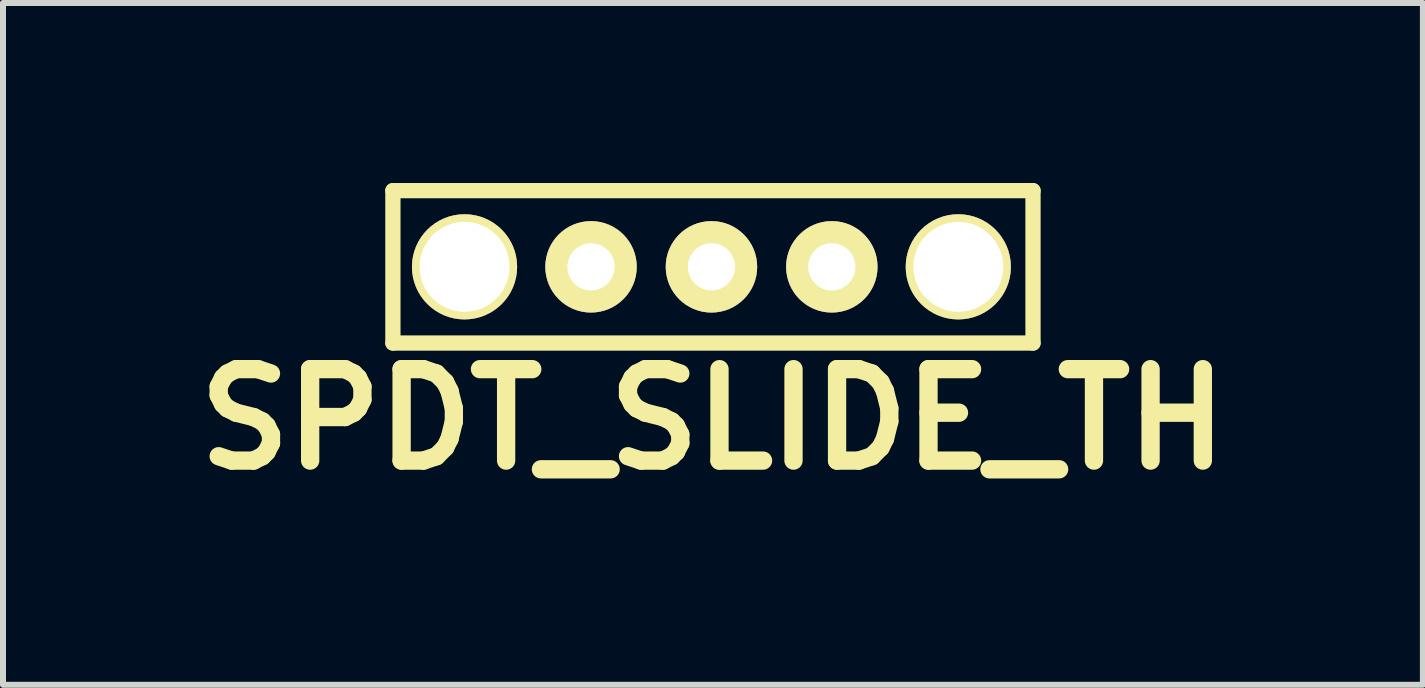
<source format=kicad_pcb>
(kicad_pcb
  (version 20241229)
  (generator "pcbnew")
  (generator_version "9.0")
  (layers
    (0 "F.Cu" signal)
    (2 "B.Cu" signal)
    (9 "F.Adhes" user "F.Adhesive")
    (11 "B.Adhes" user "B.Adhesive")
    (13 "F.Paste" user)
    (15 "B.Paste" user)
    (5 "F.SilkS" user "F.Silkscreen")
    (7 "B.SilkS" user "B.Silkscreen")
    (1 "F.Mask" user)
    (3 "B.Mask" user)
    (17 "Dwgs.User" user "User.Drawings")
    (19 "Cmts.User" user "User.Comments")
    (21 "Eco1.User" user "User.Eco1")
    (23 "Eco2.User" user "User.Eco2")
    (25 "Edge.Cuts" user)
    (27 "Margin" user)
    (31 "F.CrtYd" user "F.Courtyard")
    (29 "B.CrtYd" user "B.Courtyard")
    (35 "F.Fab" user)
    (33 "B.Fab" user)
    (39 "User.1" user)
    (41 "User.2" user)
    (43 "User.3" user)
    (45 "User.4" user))
  (footprint "SPDT_SLIDE_TH"
    (layer "F.Cu")
    (at 8.832 1.397)
    (property "Reference" "SPDT_SLIDE_TH" (at 0 2.54 0) (layer "F.SilkS") (effects (font (size 1.524 1.524) (thickness 0.305))))
    (attr through_hole)
    (fp_line (start -5.334 -1.27) (end -5.334 1.27) (stroke (width 0.254) (type solid)) (layer "F.SilkS"))
    (fp_line (start -5.334 1.27) (end 5.334 1.27) (stroke (width 0.254) (type solid)) (layer "F.SilkS"))
    (fp_line (start 5.334 -1.27) (end -5.334 -1.27) (stroke (width 0.254) (type solid)) (layer "F.SilkS"))
    (fp_line (start 5.334 -1.27) (end 5.334 1.27) (stroke (width 0.254) (type solid)) (layer "F.SilkS"))
    (pad "1" thru_hole circle (at -2.032 0) (size 1.524 1.524) (drill 0.787) (layers "*.Cu" "*.Mask" "F.SilkS"))
    (pad "2" thru_hole circle (at -0.025 0) (size 1.524 1.524) (drill 0.787) (layers "*.Cu" "*.Mask" "F.SilkS"))
    (pad "3" thru_hole circle (at 1.981 0) (size 1.524 1.524) (drill 0.787) (layers "*.Cu" "*.Mask" "F.SilkS"))
    (pad "4" thru_hole circle (at -4.14 0) (size 1.753 1.753) (drill 1.499) (layers "*.Cu" "*.Mask" "F.SilkS"))
    (pad "5" thru_hole circle (at 4.089 0) (size 1.753 1.753) (drill 1.499) (layers "*.Cu" "*.Mask" "F.SilkS")))
  (gr_rect
    (start -3 -3)
    (end 20.664 8.363)
    (stroke (width 0.1) (type default))
    (fill no)
    (layer "Edge.Cuts")))
</source>
